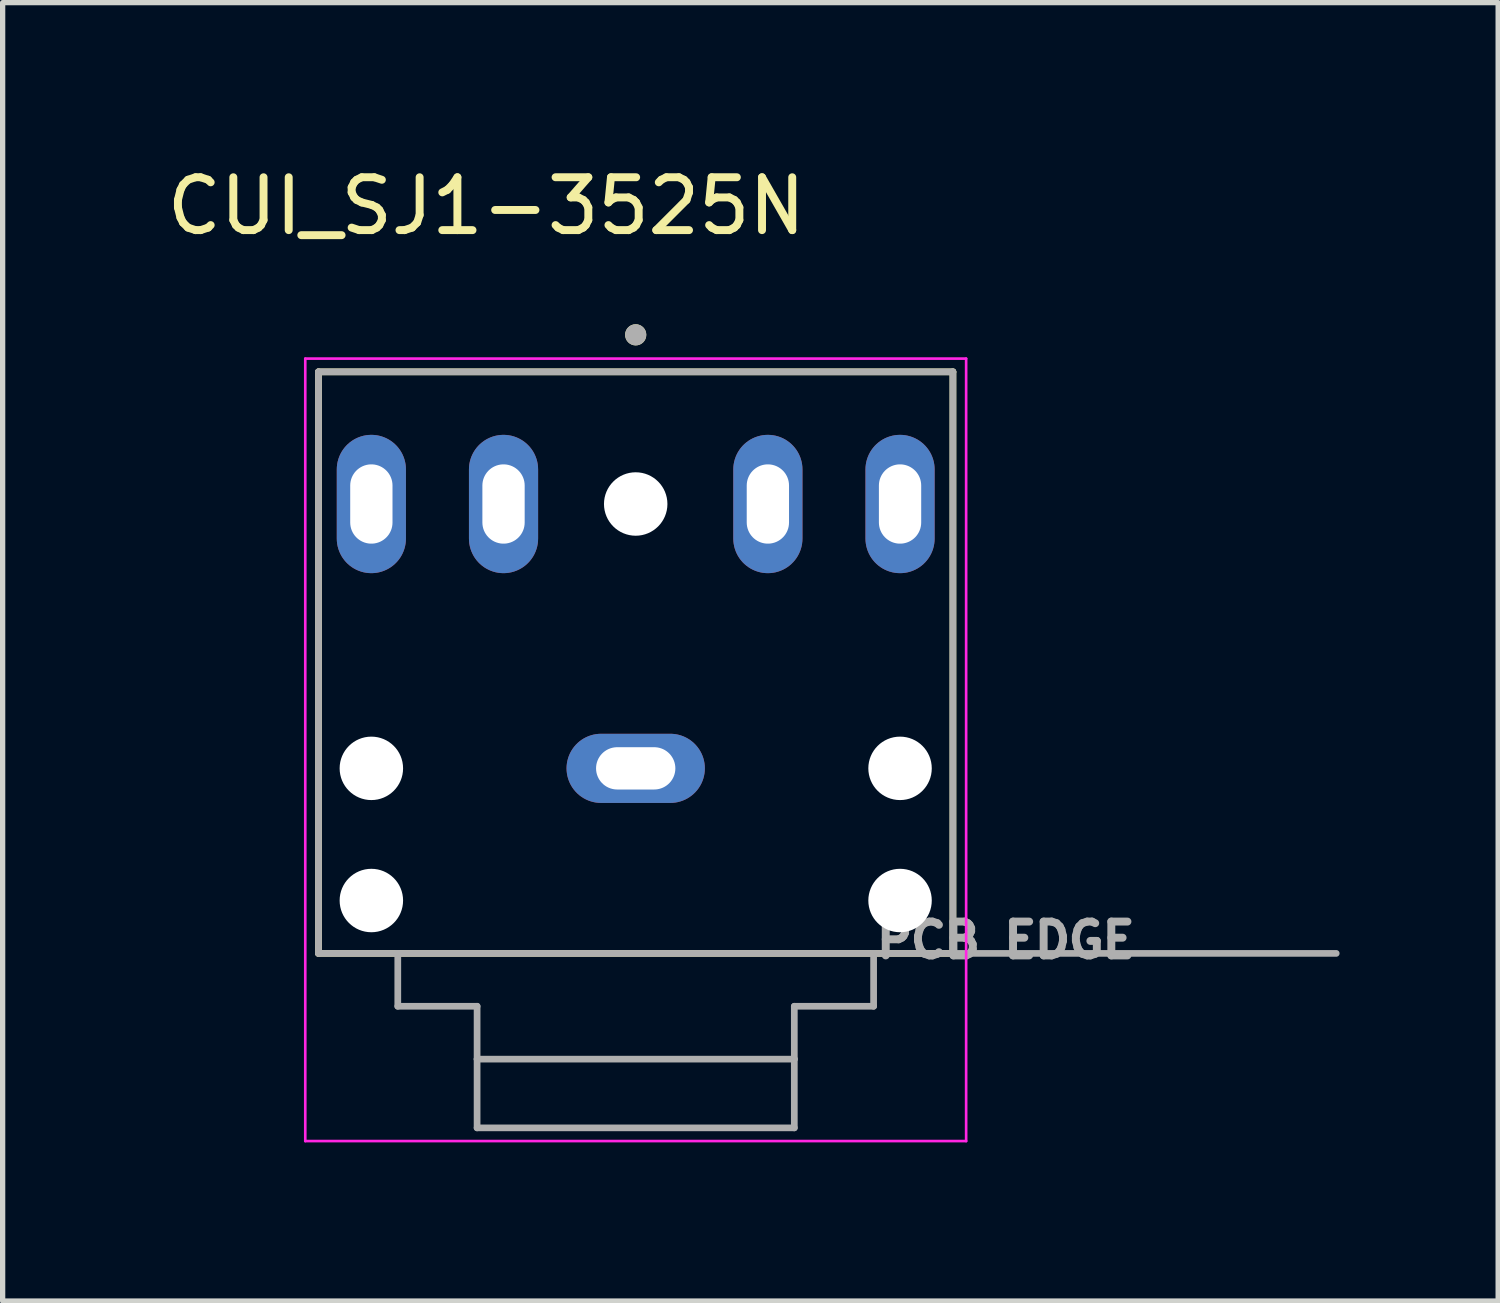
<source format=kicad_pcb>
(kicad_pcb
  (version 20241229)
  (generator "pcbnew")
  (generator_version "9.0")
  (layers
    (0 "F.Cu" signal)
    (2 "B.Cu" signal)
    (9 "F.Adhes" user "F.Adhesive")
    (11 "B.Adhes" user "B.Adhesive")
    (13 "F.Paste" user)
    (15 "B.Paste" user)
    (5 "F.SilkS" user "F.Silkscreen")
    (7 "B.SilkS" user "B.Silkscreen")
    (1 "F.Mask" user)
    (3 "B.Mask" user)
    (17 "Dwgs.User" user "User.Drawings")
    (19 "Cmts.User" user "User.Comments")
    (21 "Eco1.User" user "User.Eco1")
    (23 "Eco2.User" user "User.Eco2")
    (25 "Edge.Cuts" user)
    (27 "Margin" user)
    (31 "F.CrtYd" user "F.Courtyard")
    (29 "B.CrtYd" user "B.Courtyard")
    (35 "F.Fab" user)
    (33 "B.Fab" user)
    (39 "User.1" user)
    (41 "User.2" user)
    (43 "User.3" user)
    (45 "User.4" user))
  (footprint "CUI_SJ1-3525N"
    (layer "F.Cu")
    (at 8.974 11.483)
    (property "Reference" "CUI_SJ1-3525N" (at -2.825 -10.635 0) (layer "F.SilkS") (effects (font (size 1 1) (thickness 0.15))))
    (attr through_hole)
    (fp_line (start -6 -7.5) (end -6 3.5) (stroke (width 0.127) (type solid)) (layer "F.SilkS"))
    (fp_line (start -6 -7.5) (end 6 -7.5) (stroke (width 0.127) (type solid)) (layer "F.SilkS"))
    (fp_line (start -6 3.5) (end 6 3.5) (stroke (width 0.127) (type solid)) (layer "F.SilkS"))
    (fp_line (start 6 -7.5) (end 6 3.5) (stroke (width 0.127) (type solid)) (layer "F.SilkS"))
    (fp_circle (center 0 -8.2) (end 0.1 -8.2) (stroke (width 0.2) (type solid)) (fill no) (layer "F.SilkS"))
    (fp_line (start -6.25 -7.75) (end -6.25 7.05) (stroke (width 0.05) (type solid)) (layer "F.CrtYd"))
    (fp_line (start -6.25 7.05) (end 6.25 7.05) (stroke (width 0.05) (type solid)) (layer "F.CrtYd"))
    (fp_line (start 6.25 -7.75) (end -6.25 -7.75) (stroke (width 0.05) (type solid)) (layer "F.CrtYd"))
    (fp_line (start 6.25 7.05) (end 6.25 -7.75) (stroke (width 0.05) (type solid)) (layer "F.CrtYd"))
    (fp_line (start -6 -7.5) (end -6 3.5) (stroke (width 0.127) (type solid)) (layer "F.Fab"))
    (fp_line (start -6 -7.5) (end 6 -7.5) (stroke (width 0.127) (type solid)) (layer "F.Fab"))
    (fp_line (start -6 3.5) (end -4.5 3.5) (stroke (width 0.127) (type solid)) (layer "F.Fab"))
    (fp_line (start -4.5 3.5) (end -4.5 4.5) (stroke (width 0.127) (type solid)) (layer "F.Fab"))
    (fp_line (start -4.5 3.5) (end 4.5 3.5) (stroke (width 0.127) (type solid)) (layer "F.Fab"))
    (fp_line (start -4.5 4.5) (end -3 4.5) (stroke (width 0.127) (type solid)) (layer "F.Fab"))
    (fp_line (start -3 4.5) (end -3 5.5) (stroke (width 0.127) (type solid)) (layer "F.Fab"))
    (fp_line (start -3 5.5) (end -3 6.8) (stroke (width 0.127) (type solid)) (layer "F.Fab"))
    (fp_line (start -3 5.5) (end 3 5.5) (stroke (width 0.127) (type solid)) (layer "F.Fab"))
    (fp_line (start -3 6.8) (end 3 6.8) (stroke (width 0.127) (type solid)) (layer "F.Fab"))
    (fp_line (start 3 4.5) (end 4.5 4.5) (stroke (width 0.127) (type solid)) (layer "F.Fab"))
    (fp_line (start 3 5.5) (end 3 4.5) (stroke (width 0.127) (type solid)) (layer "F.Fab"))
    (fp_line (start 3 6.8) (end 3 5.5) (stroke (width 0.127) (type solid)) (layer "F.Fab"))
    (fp_line (start 4.5 3.5) (end 6 3.5) (stroke (width 0.127) (type solid)) (layer "F.Fab"))
    (fp_line (start 4.5 4.5) (end 4.5 3.5) (stroke (width 0.127) (type solid)) (layer "F.Fab"))
    (fp_line (start 6 -7.5) (end 6 3.5) (stroke (width 0.127) (type solid)) (layer "F.Fab"))
    (fp_line (start 6 3.5) (end 13.25 3.5) (stroke (width 0.127) (type solid)) (layer "F.Fab"))
    (fp_circle (center 0 -8.2) (end 0.1 -8.2) (stroke (width 0.2) (type solid)) (fill no) (layer "F.Fab"))
    (fp_text user "PCB EDGE" (at 7 3.25 0) (layer "F.Fab") (effects (font (size 0.64 0.64) (thickness 0.15))))
    (pad "" np_thru_hole circle (at -5 0) (size 1.2 1.2) (drill 1.2) (layers "*.Cu" "*.Mask"))
    (pad "" np_thru_hole circle (at -5 2.5) (size 1.2 1.2) (drill 1.2) (layers "*.Cu" "*.Mask"))
    (pad "" np_thru_hole circle (at 0 -5) (size 1.2 1.2) (drill 1.2) (layers "*.Cu" "*.Mask"))
    (pad "" np_thru_hole circle (at 5 0) (size 1.2 1.2) (drill 1.2) (layers "*.Cu" "*.Mask"))
    (pad "" np_thru_hole circle (at 5 2.5) (size 1.2 1.2) (drill 1.2) (layers "*.Cu" "*.Mask"))
    (pad "1" thru_hole oval (at 0 0) (size 2.616 1.308) (drill oval 1.5 0.8) (layers "*.Cu" "*.Mask"))
    (pad "2" thru_hole oval (at 5 -5) (size 1.308 2.616) (drill oval 0.8 1.5) (layers "*.Cu" "*.Mask"))
    (pad "3" thru_hole oval (at -5 -5) (size 1.308 2.616) (drill oval 0.8 1.5) (layers "*.Cu" "*.Mask"))
    (pad "10" thru_hole oval (at 2.5 -5) (size 1.308 2.616) (drill oval 0.8 1.5) (layers "*.Cu" "*.Mask"))
    (pad "11" thru_hole oval (at -2.5 -5) (size 1.308 2.616) (drill oval 0.8 1.5) (layers "*.Cu" "*.Mask")))
  (gr_rect
    (start -3 -3)
    (end 25.287 21.558)
    (stroke (width 0.1) (type default))
    (fill no)
    (layer "Edge.Cuts")))
</source>
